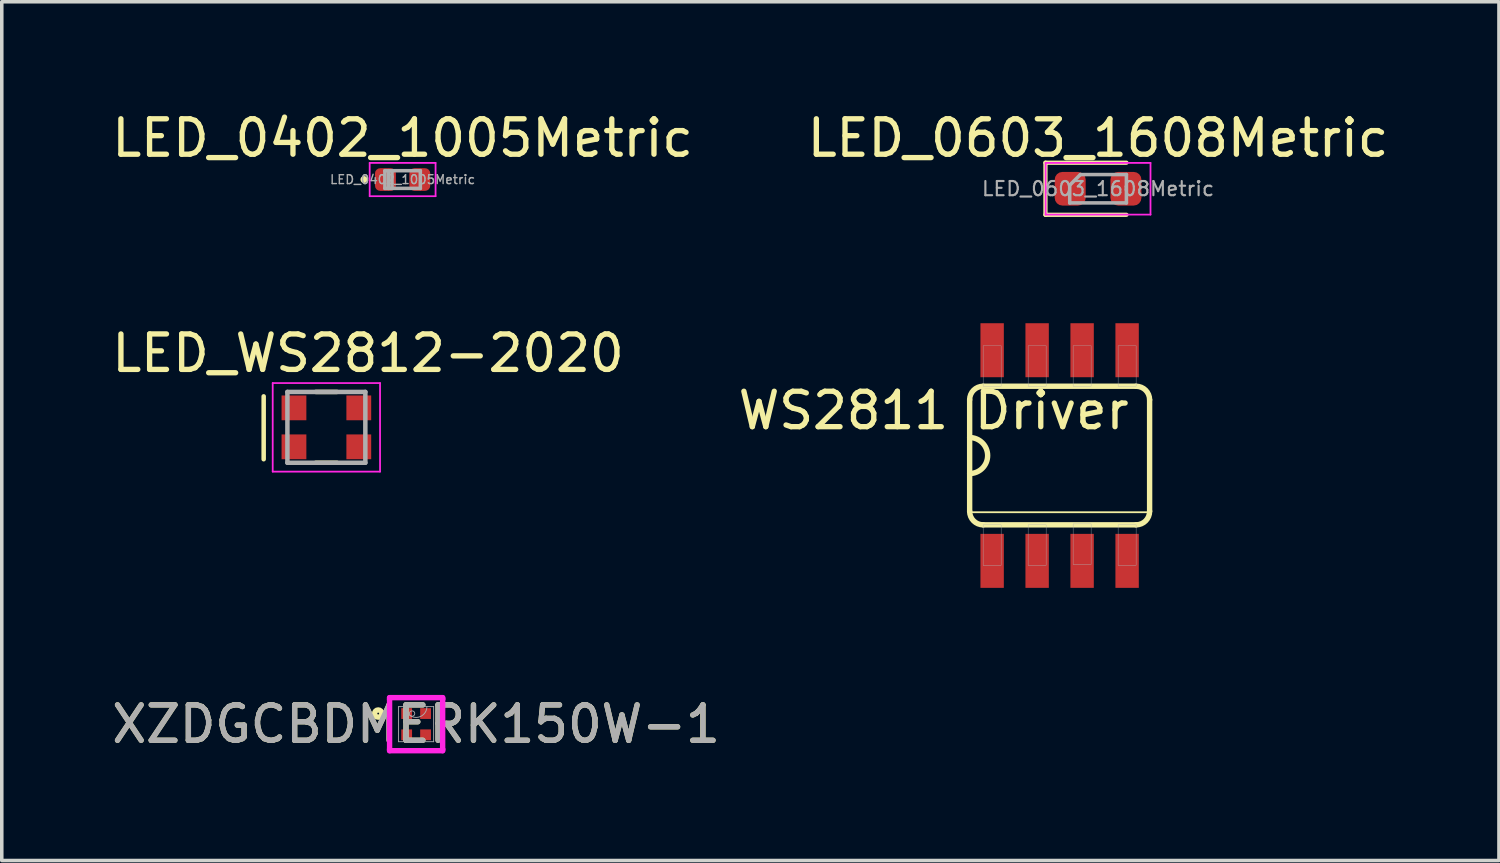
<source format=kicad_pcb>
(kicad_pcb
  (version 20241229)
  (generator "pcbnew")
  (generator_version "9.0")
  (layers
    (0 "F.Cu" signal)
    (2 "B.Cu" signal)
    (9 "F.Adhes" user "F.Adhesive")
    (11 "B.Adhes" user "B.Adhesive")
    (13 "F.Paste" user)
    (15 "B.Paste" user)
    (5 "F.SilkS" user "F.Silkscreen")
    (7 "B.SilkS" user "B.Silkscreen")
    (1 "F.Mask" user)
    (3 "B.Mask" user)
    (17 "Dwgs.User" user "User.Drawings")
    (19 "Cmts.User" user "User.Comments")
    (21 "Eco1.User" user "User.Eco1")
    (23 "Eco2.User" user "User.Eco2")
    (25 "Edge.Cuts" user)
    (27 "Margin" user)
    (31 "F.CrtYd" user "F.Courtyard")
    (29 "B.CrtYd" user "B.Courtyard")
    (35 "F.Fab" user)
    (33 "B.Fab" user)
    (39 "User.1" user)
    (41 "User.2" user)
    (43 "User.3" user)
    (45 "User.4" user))
  (footprint "LED_0603_1608Metric"
    (layer "F.Cu")
    (at 27.946 2.278)
    (property "Reference" "LED_0603_1608Metric" (at 0 -1.43 0) (layer "F.SilkS") (effects (font (size 1 1) (thickness 0.15))))
    (attr smd)
    (fp_line (start -1.485 -0.735) (end -1.485 0.735) (stroke (width 0.12) (type solid)) (layer "F.SilkS"))
    (fp_line (start -1.485 0.735) (end 0.8 0.735) (stroke (width 0.12) (type solid)) (layer "F.SilkS"))
    (fp_line (start 0.8 -0.735) (end -1.485 -0.735) (stroke (width 0.12) (type solid)) (layer "F.SilkS"))
    (fp_line (start -1.48 -0.73) (end 1.48 -0.73) (stroke (width 0.05) (type solid)) (layer "F.CrtYd"))
    (fp_line (start -1.48 0.73) (end -1.48 -0.73) (stroke (width 0.05) (type solid)) (layer "F.CrtYd"))
    (fp_line (start 1.48 -0.73) (end 1.48 0.73) (stroke (width 0.05) (type solid)) (layer "F.CrtYd"))
    (fp_line (start 1.48 0.73) (end -1.48 0.73) (stroke (width 0.05) (type solid)) (layer "F.CrtYd"))
    (fp_line (start -0.8 -0.1) (end -0.8 0.4) (stroke (width 0.1) (type solid)) (layer "F.Fab"))
    (fp_line (start -0.8 0.4) (end 0.8 0.4) (stroke (width 0.1) (type solid)) (layer "F.Fab"))
    (fp_line (start -0.5 -0.4) (end -0.8 -0.1) (stroke (width 0.1) (type solid)) (layer "F.Fab"))
    (fp_line (start 0.8 -0.4) (end -0.5 -0.4) (stroke (width 0.1) (type solid)) (layer "F.Fab"))
    (fp_line (start 0.8 0.4) (end 0.8 -0.4) (stroke (width 0.1) (type solid)) (layer "F.Fab"))
    (fp_text user "${REFERENCE}" (at 0 0 0) (layer "F.Fab") (effects (font (size 0.4 0.4) (thickness 0.06))))
    (pad "1" smd roundrect (at -0.787 0) (size 0.875 0.95) (layers "F.Cu" "F.Mask" "F.Paste") (roundrect_rratio 0.25))
    (pad "2" smd roundrect (at 0.787 0) (size 0.875 0.95) (layers "F.Cu" "F.Mask" "F.Paste") (roundrect_rratio 0.25)))
  (footprint "WS2811 Driver"
    (layer "F.Cu")
    (at 26.861 9.809)
    (property "Reference" "WS2811 Driver" (at -3.556 -1.27 180) (layer "F.SilkS") (effects (font (size 1 1) (thickness 0.15))))
    (attr through_hole)
    (fp_line (start -2.54 -1.575) (end -2.54 1.575) (stroke (width 0.152) (type solid)) (layer "F.SilkS"))
    (fp_line (start -2.54 1.6) (end 2.54 1.6) (stroke (width 0.051) (type solid)) (layer "F.SilkS"))
    (fp_line (start -2.159 1.956) (end 2.159 1.956) (stroke (width 0.152) (type solid)) (layer "F.SilkS"))
    (fp_line (start 2.159 -1.956) (end -2.159 -1.956) (stroke (width 0.152) (type solid)) (layer "F.SilkS"))
    (fp_line (start 2.54 1.575) (end 2.54 -1.575) (stroke (width 0.152) (type solid)) (layer "F.SilkS"))
    (fp_arc (start -2.54 -1.5748) (mid -2.428408 -1.844208) (end -2.159 -1.9558) (stroke (width 0.1524) (type solid)) (layer "F.SilkS"))
    (fp_arc (start -2.54 -0.508) (mid -2.032 0) (end -2.54 0.508) (stroke (width 0.1524) (type solid)) (layer "F.SilkS"))
    (fp_arc (start -2.159 1.9558) (mid -2.428408 1.844208) (end -2.54 1.5748) (stroke (width 0.1524) (type solid)) (layer "F.SilkS"))
    (fp_arc (start 2.159 -1.9558) (mid 2.428408 -1.844208) (end 2.54 -1.5748) (stroke (width 0.1524) (type solid)) (layer "F.SilkS"))
    (fp_arc (start 2.54 1.5748) (mid 2.428408 1.844208) (end 2.159 1.9558) (stroke (width 0.1524) (type solid)) (layer "F.SilkS"))
    (fp_poly (pts (xy -2.159 -3.099) (xy -1.651 -3.099) (xy -1.651 -1.956) (xy -2.159 -1.956)) (stroke (width 0.01) (type solid)) (fill no) (layer "F.Fab"))
    (fp_poly (pts (xy -2.159 1.956) (xy -1.651 1.956) (xy -1.651 3.099) (xy -2.159 3.099)) (stroke (width 0.01) (type solid)) (fill no) (layer "F.Fab"))
    (fp_poly (pts (xy -0.889 -3.099) (xy -0.381 -3.099) (xy -0.381 -1.956) (xy -0.889 -1.956)) (stroke (width 0.01) (type solid)) (fill no) (layer "F.Fab"))
    (fp_poly (pts (xy -0.889 1.956) (xy -0.381 1.956) (xy -0.381 3.099) (xy -0.889 3.099)) (stroke (width 0.01) (type solid)) (fill no) (layer "F.Fab"))
    (fp_poly (pts (xy 0.381 -3.099) (xy 0.889 -3.099) (xy 0.889 -1.956) (xy 0.381 -1.956)) (stroke (width 0.01) (type solid)) (fill no) (layer "F.Fab"))
    (fp_poly (pts (xy 0.381 1.93) (xy 0.889 1.93) (xy 0.889 3.073) (xy 0.381 3.073)) (stroke (width 0.01) (type solid)) (fill no) (layer "F.Fab"))
    (fp_poly (pts (xy 1.651 -3.099) (xy 2.159 -3.099) (xy 2.159 -1.956) (xy 1.651 -1.956)) (stroke (width 0.01) (type solid)) (fill no) (layer "F.Fab"))
    (fp_poly (pts (xy 1.651 1.956) (xy 2.159 1.956) (xy 2.159 3.099) (xy 1.651 3.099)) (stroke (width 0.01) (type solid)) (fill no) (layer "F.Fab"))
    (pad "1" smd rect (at -1.905 2.973) (size 0.66 1.524) (layers "F.Cu" "F.Mask" "F.Paste"))
    (pad "2" smd rect (at -0.635 2.973) (size 0.66 1.524) (layers "F.Cu" "F.Mask" "F.Paste"))
    (pad "3" smd rect (at 0.635 2.973) (size 0.66 1.524) (layers "F.Cu" "F.Mask" "F.Paste"))
    (pad "4" smd rect (at 1.905 2.973) (size 0.66 1.524) (layers "F.Cu" "F.Mask" "F.Paste"))
    (pad "5" smd rect (at 1.905 -2.973) (size 0.66 1.524) (layers "F.Cu" "F.Mask" "F.Paste"))
    (pad "6" smd rect (at 0.635 -2.973) (size 0.66 1.524) (layers "F.Cu" "F.Mask" "F.Paste"))
    (pad "7" smd rect (at -0.635 -2.973) (size 0.66 1.524) (layers "F.Cu" "F.Mask" "F.Paste"))
    (pad "8" smd rect (at -1.905 -2.973) (size 0.66 1.524) (layers "F.Cu" "F.Mask" "F.Paste")))
  (footprint "LED_0402_1005Metric"
    (layer "F.Cu")
    (at 8.315 2.018)
    (property "Reference" "LED_0402_1005Metric" (at 0 -1.17 0) (layer "F.SilkS") (effects (font (size 1 1) (thickness 0.15))))
    (attr smd)
    (fp_circle (center -1.09 0) (end -1.04 0) (stroke (width 0.1) (type solid)) (fill no) (layer "F.SilkS"))
    (fp_line (start -0.93 -0.47) (end 0.93 -0.47) (stroke (width 0.05) (type solid)) (layer "F.CrtYd"))
    (fp_line (start -0.93 0.47) (end -0.93 -0.47) (stroke (width 0.05) (type solid)) (layer "F.CrtYd"))
    (fp_line (start 0.93 -0.47) (end 0.93 0.47) (stroke (width 0.05) (type solid)) (layer "F.CrtYd"))
    (fp_line (start 0.93 0.47) (end -0.93 0.47) (stroke (width 0.05) (type solid)) (layer "F.CrtYd"))
    (fp_line (start -0.5 -0.25) (end 0.5 -0.25) (stroke (width 0.1) (type solid)) (layer "F.Fab"))
    (fp_line (start -0.5 0.25) (end -0.5 -0.25) (stroke (width 0.1) (type solid)) (layer "F.Fab"))
    (fp_line (start -0.4 0.25) (end -0.4 -0.25) (stroke (width 0.1) (type solid)) (layer "F.Fab"))
    (fp_line (start -0.3 0.25) (end -0.3 -0.25) (stroke (width 0.1) (type solid)) (layer "F.Fab"))
    (fp_line (start 0.5 -0.25) (end 0.5 0.25) (stroke (width 0.1) (type solid)) (layer "F.Fab"))
    (fp_line (start 0.5 0.25) (end -0.5 0.25) (stroke (width 0.1) (type solid)) (layer "F.Fab"))
    (fp_text user "${REFERENCE}" (at 0 0 0) (layer "Eco1.User") (effects (font (size 0.25 0.25) (thickness 0.04))))
    (fp_text user "${REFERENCE}" (at 0 0 0) (layer "F.Fab") (effects (font (size 0.25 0.25) (thickness 0.04))))
    (pad "1" smd roundrect (at -0.485 0) (size 0.59 0.64) (layers "F.Cu" "F.Mask" "F.Paste") (roundrect_rratio 0.25))
    (pad "2" smd roundrect (at 0.485 0) (size 0.59 0.64) (layers "F.Cu" "F.Mask" "F.Paste") (roundrect_rratio 0.25)))
  (footprint "LED_WS2812-2020"
    (layer "F.Cu")
    (at 6.163 9.013)
    (property "Reference" "LED_WS2812-2020" (at 1.177 -2.091 0) (layer "F.SilkS") (effects (font (size 1 1) (thickness 0.15))))
    (attr through_hole)
    (fp_line (start -1.77 0.9) (end -1.77 -0.875) (stroke (width 0.127) (type solid)) (layer "F.SilkS"))
    (fp_line (start -0.3 -1) (end 0.3 -1) (stroke (width 0.127) (type solid)) (layer "F.SilkS"))
    (fp_line (start -0.3 1) (end 0.3 1) (stroke (width 0.127) (type solid)) (layer "F.SilkS"))
    (fp_line (start -1.515 -1.25) (end -1.515 1.25) (stroke (width 0.05) (type solid)) (layer "F.CrtYd"))
    (fp_line (start -1.515 1.25) (end 1.515 1.25) (stroke (width 0.05) (type solid)) (layer "F.CrtYd"))
    (fp_line (start 1.515 -1.25) (end -1.515 -1.25) (stroke (width 0.05) (type solid)) (layer "F.CrtYd"))
    (fp_line (start 1.515 1.25) (end 1.515 -1.25) (stroke (width 0.05) (type solid)) (layer "F.CrtYd"))
    (fp_line (start -1.1 -1) (end 1.1 -1) (stroke (width 0.127) (type solid)) (layer "F.Fab"))
    (fp_line (start -1.1 1) (end -1.1 -1) (stroke (width 0.127) (type solid)) (layer "F.Fab"))
    (fp_line (start 1.1 -1) (end 1.1 1) (stroke (width 0.127) (type solid)) (layer "F.Fab"))
    (fp_line (start 1.1 1) (end -1.1 1) (stroke (width 0.127) (type solid)) (layer "F.Fab"))
    (pad "1" smd rect (at -0.915 -0.55) (size 0.7 0.7) (layers "F.Cu" "F.Mask" "F.Paste"))
    (pad "2" smd rect (at -0.915 0.55) (size 0.7 0.7) (layers "F.Cu" "F.Mask" "F.Paste"))
    (pad "3" smd rect (at 0.915 0.55) (size 0.7 0.7) (layers "F.Cu" "F.Mask" "F.Paste"))
    (pad "4" smd rect (at 0.915 -0.55) (size 0.7 0.7) (layers "F.Cu" "F.Mask" "F.Paste")))
  (footprint "XZDGCBDMERK150W-1"
    (layer "F.Cu")
    (at 8.696 17.392)
    (property "Reference" "XZDGCBDMERK150W-1" (at 0 0 0) (unlocked yes) (layer "F.SilkS") (effects (font (size 1 1) (thickness 0.15))))
    (attr smd)
    (fp_circle (center -1.07 -0.3) (end -0.968 -0.3) (stroke (width 0.152) (type solid)) (fill no) (layer "F.SilkS"))
    (fp_line (start -0.749 -0.749) (end 0.749 -0.749) (stroke (width 0.152) (type solid)) (layer "F.CrtYd"))
    (fp_line (start -0.749 -0.706) (end -0.749 -0.749) (stroke (width 0.152) (type solid)) (layer "F.CrtYd"))
    (fp_line (start -0.749 -0.706) (end -0.749 -0.706) (stroke (width 0.152) (type solid)) (layer "F.CrtYd"))
    (fp_line (start -0.749 0.706) (end -0.749 -0.706) (stroke (width 0.152) (type solid)) (layer "F.CrtYd"))
    (fp_line (start -0.749 0.706) (end -0.749 0.706) (stroke (width 0.152) (type solid)) (layer "F.CrtYd"))
    (fp_line (start -0.749 0.749) (end -0.749 0.706) (stroke (width 0.152) (type solid)) (layer "F.CrtYd"))
    (fp_line (start 0.749 -0.749) (end 0.749 -0.706) (stroke (width 0.152) (type solid)) (layer "F.CrtYd"))
    (fp_line (start 0.749 -0.706) (end 0.749 -0.706) (stroke (width 0.152) (type solid)) (layer "F.CrtYd"))
    (fp_line (start 0.749 -0.706) (end 0.749 0.706) (stroke (width 0.152) (type solid)) (layer "F.CrtYd"))
    (fp_line (start 0.749 0.706) (end 0.749 0.706) (stroke (width 0.152) (type solid)) (layer "F.CrtYd"))
    (fp_line (start 0.749 0.706) (end 0.749 0.749) (stroke (width 0.152) (type solid)) (layer "F.CrtYd"))
    (fp_line (start 0.749 0.749) (end -0.749 0.749) (stroke (width 0.152) (type solid)) (layer "F.CrtYd"))
    (fp_line (start -0.495 -0.495) (end -0.495 0.495) (stroke (width 0.025) (type solid)) (layer "F.Fab"))
    (fp_line (start -0.495 0.495) (end 0.495 0.495) (stroke (width 0.025) (type solid)) (layer "F.Fab"))
    (fp_line (start 0.495 -0.495) (end -0.495 -0.495) (stroke (width 0.025) (type solid)) (layer "F.Fab"))
    (fp_line (start 0.495 0.495) (end 0.495 -0.495) (stroke (width 0.025) (type solid)) (layer "F.Fab"))
    (fp_arc (start 0.3048 -0.4953) (mid 0 -0.1905) (end -0.3048 -0.4953) (stroke (width 0.0254) (type solid)) (layer "F.Fab"))
    (fp_circle (center -0.114 -0.3) (end -0.038 -0.3) (stroke (width 0.025) (type solid)) (fill no) (layer "F.Fab"))
    (fp_text user "${REFERENCE}" (at 0 0 0) (unlocked yes) (layer "F.Fab") (effects (font (size 1 1) (thickness 0.15))))
    (pad "1" smd rect (at -0.267 -0.3) (size 0.305 0.305) (layers "F.Cu" "F.Mask" "F.Paste"))
    (pad "2" smd rect (at -0.267 0.3) (size 0.305 0.305) (layers "F.Cu" "F.Mask" "F.Paste"))
    (pad "3" smd rect (at 0.267 0.3) (size 0.305 0.305) (layers "F.Cu" "F.Mask" "F.Paste"))
    (pad "4" smd rect (at 0.267 -0.3) (size 0.305 0.305) (layers "F.Cu" "F.Mask" "F.Paste")))
  (gr_rect
    (start -3 -3)
    (end 39.262 21.241)
    (stroke (width 0.1) (type default))
    (fill no)
    (layer "Edge.Cuts")))
</source>
